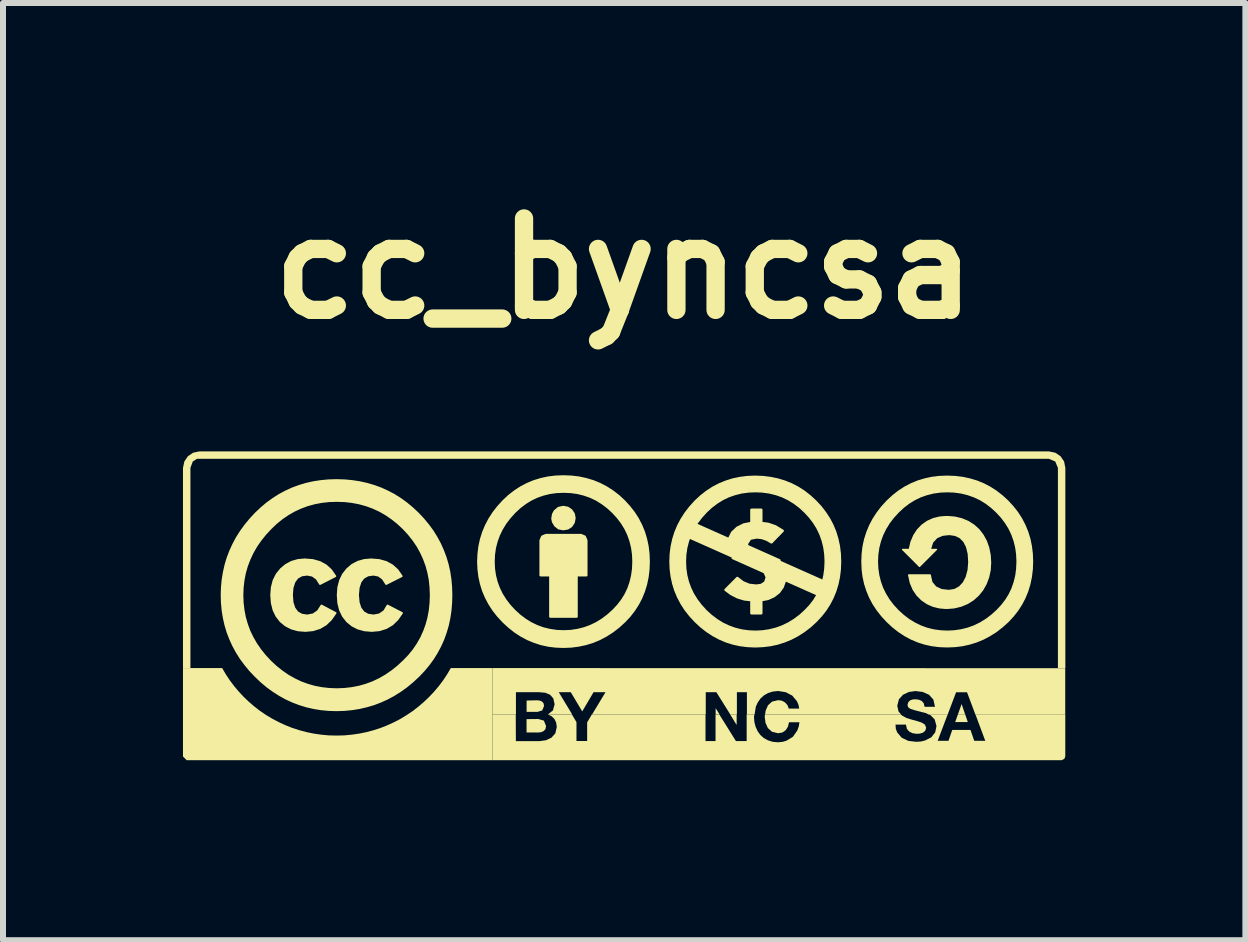
<source format=kicad_pcb>
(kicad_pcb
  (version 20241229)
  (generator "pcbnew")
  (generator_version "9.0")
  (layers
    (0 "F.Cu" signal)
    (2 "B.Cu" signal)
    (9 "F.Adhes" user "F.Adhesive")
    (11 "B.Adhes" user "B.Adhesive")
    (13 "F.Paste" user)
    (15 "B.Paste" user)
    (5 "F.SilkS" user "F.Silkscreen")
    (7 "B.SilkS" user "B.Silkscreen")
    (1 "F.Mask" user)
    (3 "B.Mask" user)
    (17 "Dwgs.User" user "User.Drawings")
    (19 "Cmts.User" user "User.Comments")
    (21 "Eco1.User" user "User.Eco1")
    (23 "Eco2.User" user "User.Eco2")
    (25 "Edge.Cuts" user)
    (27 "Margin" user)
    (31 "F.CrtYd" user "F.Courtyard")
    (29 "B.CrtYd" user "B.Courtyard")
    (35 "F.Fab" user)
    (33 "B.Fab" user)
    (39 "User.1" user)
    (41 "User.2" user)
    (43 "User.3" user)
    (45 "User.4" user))
  (footprint "cc_byncsa"
    (layer "F.Cu")
    (at 7.354 7.048)
    (property "Reference" "cc_byncsa" (at 0 -5.622 0) (layer "F.SilkS") (effects (font (size 1.524 1.524) (thickness 0.305))))
    (attr smd)
    (fp_poly (pts (xy 1.525 1.708) (xy 1.525 1.811) (xy 1.59 1.811) (xy 1.527 1.708) (xy 1.525 1.708)) (stroke (width 0) (type solid)) (fill yes) (layer "F.SilkS"))
    (fp_poly (pts (xy 1.766 1.81) (xy 1.874 1.985) (xy 1.875 1.985) (xy 1.875 1.81) (xy 1.766 1.81)) (stroke (width 0) (type solid)) (fill yes) (layer "F.SilkS"))
    (fp_poly (pts (xy 5.563 1.81) (xy 5.518 1.938) (xy 5.728 1.938) (xy 5.684 1.81) (xy 5.563 1.81)) (stroke (width 0) (type solid)) (fill yes) (layer "F.SilkS"))
    (fp_poly (pts (xy 5.624 1.64) (xy 5.563 1.811) (xy 5.684 1.811) (xy 5.626 1.64) (xy 5.624 1.64)) (stroke (width 0) (type solid)) (fill yes) (layer "F.SilkS"))
    (fp_poly (pts (xy 1.212 -1.37) (xy 1.156 -1.311) (xy 1.107 -1.239) (xy 1.085 -1.119) (xy 3.212 -0.172) (xy 3.289 -0.248) (xy 3.318 -0.336) (xy 3.316 -0.433) (xy 1.212 -1.37)) (stroke (width 0) (type solid)) (fill yes) (layer "F.SilkS"))
    (fp_poly (pts (xy -1.627 1.889) (xy -1.627 2.111) (xy -1.435 2.112) (xy -1.385 2.107) (xy -1.342 2.088) (xy -1.312 2.055) (xy -1.302 2.003) (xy -1.338 1.914) (xy -1.431 1.887) (xy -1.627 1.889)) (stroke (width 0) (type solid)) (fill yes) (layer "F.SilkS"))
    (fp_poly (pts (xy -1.626 1.579) (xy -1.626 1.768) (xy -1.444 1.768) (xy -1.366 1.744) (xy -1.335 1.67) (xy -1.344 1.624) (xy -1.372 1.594) (xy -1.41 1.579) (xy -1.457 1.575) (xy -1.626 1.579)) (stroke (width 0) (type solid)) (fill yes) (layer "F.SilkS"))
    (fp_poly (pts (xy -0.629 -1.089) (xy -0.656 -1.154) (xy -0.721 -1.181) (xy -1.302 -1.181) (xy -1.367 -1.154) (xy -1.394 -1.089) (xy -1.394 -0.508) (xy -1.232 -0.508) (xy -1.232 0.181) (xy -0.792 0.181) (xy -0.792 -0.508) (xy -0.629 -0.508) (xy -0.629 -1.089) (xy -0.629 -1.089)) (stroke (width 0.037) (type solid)) (fill yes) (layer "F.SilkS"))
    (fp_poly (pts (xy -1.214 -1.463) (xy -1.203 -1.531) (xy -1.171 -1.591) (xy -1.103 -1.648) (xy -1.016 -1.667) (xy -0.935 -1.652) (xy -0.868 -1.607) (xy -0.823 -1.54) (xy -0.808 -1.463) (xy -0.823 -1.382) (xy -0.868 -1.314) (xy -0.933 -1.272) (xy -1.016 -1.258) (xy -1.101 -1.275) (xy -1.164 -1.326) (xy -1.204 -1.394) (xy -1.217 -1.462) (xy -1.214 -1.463)) (stroke (width 0) (type solid)) (fill yes) (layer "F.SilkS"))
    (fp_poly (pts (xy 7.354 1.038) (xy 7.354 -2.299) (xy 7.333 -2.406) (xy 7.274 -2.493) (xy 7.186 -2.552) (xy 7.079 -2.574) (xy 7.079 -2.574) (xy -7.079 -2.574) (xy -7.185 -2.552) (xy -7.272 -2.493) (xy -7.331 -2.406) (xy -7.354 -2.299) (xy -7.354 1.038) (xy -7.23 1.038) (xy -7.23 -2.299) (xy -7.191 -2.405) (xy -7.121 -2.45) (xy 7.079 -2.45) (xy 7.186 -2.405) (xy 7.23 -2.299) (xy 7.23 1.038) (xy 7.354 1.038)) (stroke (width 0) (type solid)) (fill yes) (layer "F.SilkS"))
    (fp_poly (pts (xy 2.676 -0.411) (xy 2.64 -0.31) (xy 2.579 -0.226) (xy 2.496 -0.161) (xy 2.397 -0.116) (xy 2.285 -0.095) (xy 2.285 0.124) (xy 2.122 0.124) (xy 2.122 -0.095) (xy 2.004 -0.108) (xy 1.891 -0.142) (xy 1.785 -0.196) (xy 1.69 -0.266) (xy 1.886 -0.463) (xy 1.982 -0.39) (xy 2.085 -0.348) (xy 2.203 -0.335) (xy 2.286 -0.347) (xy 2.352 -0.391) (xy 2.379 -0.476) (xy 2.341 -0.561) (xy 2.205 -0.622) (xy 2.036 -0.697) (xy 1.919 -0.749) (xy 1.811 -0.797) (xy 2.676 -0.411)) (stroke (width 0.042) (type solid)) (fill yes) (layer "F.SilkS"))
    (fp_poly (pts (xy 1.755 -1.128) (xy 1.801 -1.221) (xy 1.885 -1.3) (xy 1.995 -1.355) (xy 2.122 -1.38) (xy 2.122 -1.6) (xy 2.285 -1.6) (xy 2.285 -1.38) (xy 2.4 -1.365) (xy 2.52 -1.324) (xy 2.642 -1.25) (xy 2.455 -1.058) (xy 2.38 -1.102) (xy 2.298 -1.131) (xy 2.212 -1.141) (xy 2.1 -1.12) (xy 2.042 -1.031) (xy 2.055 -0.995) (xy 2.237 -0.914) (xy 2.36 -0.859) (xy 2.475 -0.808) (xy 2.588 -0.757) (xy 2.563 -0.76) (xy 2.495 -0.767) (xy 2.396 -0.781) (xy 2.276 -0.803) (xy 2.147 -0.832) (xy 2.021 -0.87) (xy 1.907 -0.917) (xy 1.818 -0.976) (xy 1.764 -1.046) (xy 1.756 -1.128) (xy 1.755 -1.128)) (stroke (width 0.042) (type solid)) (fill yes) (layer "F.SilkS"))
    (fp_poly (pts (xy -7.354 1.038) (xy -7.354 2.512) (xy -7.292 2.574) (xy -2.197 2.574) (xy -2.197 1.038) (xy -2.89 1.038) (xy -2.951 1.142) (xy -3.018 1.243) (xy -3.09 1.339) (xy -3.168 1.431) (xy -3.25 1.518) (xy -3.337 1.601) (xy -3.428 1.679) (xy -3.523 1.753) (xy -3.623 1.82) (xy -3.726 1.883) (xy -3.833 1.939) (xy -3.944 1.99) (xy -4.057 2.035) (xy -4.174 2.073) (xy -4.293 2.105) (xy -4.415 2.13) (xy -4.54 2.148) (xy -4.666 2.16) (xy -4.795 2.163) (xy -4.924 2.16) (xy -5.05 2.148) (xy -5.175 2.13) (xy -5.297 2.105) (xy -5.416 2.073) (xy -5.533 2.035) (xy -5.647 1.99) (xy -5.757 1.939) (xy -5.864 1.883) (xy -5.968 1.821) (xy -6.068 1.753) (xy -6.163 1.68) (xy -6.254 1.602) (xy -6.341 1.519) (xy -6.423 1.431) (xy -6.501 1.339) (xy -6.573 1.243) (xy -6.64 1.142) (xy -6.701 1.038) (xy -7.354 1.038)) (stroke (width 0) (type solid)) (fill yes) (layer "F.SilkS"))
    (fp_poly (pts (xy -5.069 -0.364) (xy -5.125 -0.451) (xy -5.197 -0.503) (xy -5.284 -0.52) (xy -5.376 -0.507) (xy -5.447 -0.466) (xy -5.497 -0.398) (xy -5.528 -0.302) (xy -5.538 -0.179) (xy -5.528 -0.056) (xy -5.497 0.039) (xy -5.447 0.107) (xy -5.376 0.148) (xy -5.284 0.162) (xy -5.183 0.143) (xy -5.104 0.088) (xy -5.045 -0.004) (xy -4.811 0.12) (xy -4.885 0.227) (xy -4.972 0.311) (xy -5.072 0.37) (xy -5.186 0.406) (xy -5.314 0.418) (xy -5.436 0.408) (xy -5.546 0.378) (xy -5.643 0.328) (xy -5.727 0.259) (xy -5.795 0.172) (xy -5.844 0.07) (xy -5.873 -0.046) (xy -5.883 -0.178) (xy -5.873 -0.308) (xy -5.843 -0.423) (xy -5.792 -0.525) (xy -5.722 -0.612) (xy -5.637 -0.683) (xy -5.542 -0.733) (xy -5.437 -0.763) (xy -5.323 -0.773) (xy -5.189 -0.762) (xy -5.072 -0.729) (xy -4.97 -0.673) (xy -4.885 -0.595) (xy -4.815 -0.494) (xy -5.069 -0.364)) (stroke (width 0.032) (type solid)) (fill yes) (layer "F.SilkS"))
    (fp_poly (pts (xy -3.967 -0.364) (xy -4.023 -0.451) (xy -4.093 -0.503) (xy -4.178 -0.52) (xy -4.271 -0.507) (xy -4.344 -0.466) (xy -4.395 -0.398) (xy -4.426 -0.302) (xy -4.437 -0.179) (xy -4.426 -0.056) (xy -4.395 0.039) (xy -4.344 0.107) (xy -4.271 0.148) (xy -4.178 0.162) (xy -4.078 0.143) (xy -3.999 0.088) (xy -3.944 -0.004) (xy -3.704 0.12) (xy -3.778 0.227) (xy -3.865 0.311) (xy -3.965 0.37) (xy -4.079 0.406) (xy -4.206 0.418) (xy -4.328 0.408) (xy -4.438 0.378) (xy -4.535 0.328) (xy -4.619 0.259) (xy -4.687 0.172) (xy -4.736 0.07) (xy -4.765 -0.046) (xy -4.774 -0.178) (xy -4.765 -0.308) (xy -4.735 -0.423) (xy -4.686 -0.525) (xy -4.617 -0.612) (xy -4.533 -0.683) (xy -4.438 -0.733) (xy -4.332 -0.763) (xy -4.215 -0.773) (xy -4.082 -0.762) (xy -3.965 -0.729) (xy -3.864 -0.673) (xy -3.778 -0.595) (xy -3.709 -0.494) (xy -3.967 -0.364)) (stroke (width 0.032) (type solid)) (fill yes) (layer "F.SilkS"))
    (fp_poly (pts (xy 4.753 -0.938) (xy 4.783 -1.065) (xy 4.83 -1.175) (xy 4.892 -1.269) (xy 4.968 -1.347) (xy 5.056 -1.408) (xy 5.155 -1.452) (xy 5.262 -1.478) (xy 5.377 -1.487) (xy 5.508 -1.477) (xy 5.627 -1.449) (xy 5.735 -1.404) (xy 5.83 -1.343) (xy 5.913 -1.268) (xy 5.981 -1.179) (xy 6.036 -1.078) (xy 6.075 -0.967) (xy 6.099 -0.847) (xy 6.107 -0.719) (xy 6.099 -0.593) (xy 6.073 -0.475) (xy 6.032 -0.366) (xy 5.976 -0.266) (xy 5.905 -0.178) (xy 5.821 -0.102) (xy 5.725 -0.041) (xy 5.617 0.004) (xy 5.498 0.033) (xy 5.37 0.042) (xy 5.258 0.033) (xy 5.15 0.007) (xy 5.051 -0.037) (xy 4.961 -0.098) (xy 4.883 -0.176) (xy 4.819 -0.271) (xy 4.771 -0.384) (xy 4.743 -0.514) (xy 5.101 -0.514) (xy 5.128 -0.392) (xy 5.194 -0.313) (xy 5.29 -0.268) (xy 5.413 -0.255) (xy 5.508 -0.27) (xy 5.589 -0.314) (xy 5.655 -0.385) (xy 5.704 -0.479) (xy 5.735 -0.595) (xy 5.746 -0.729) (xy 5.737 -0.868) (xy 5.709 -0.982) (xy 5.663 -1.072) (xy 5.599 -1.137) (xy 5.518 -1.176) (xy 5.42 -1.19) (xy 5.308 -1.178) (xy 5.212 -1.137) (xy 5.141 -1.06) (xy 5.101 -0.938) (xy 5.205 -0.939) (xy 4.923 -0.657) (xy 4.641 -0.939) (xy 4.753 -0.938)) (stroke (width 0.023) (type solid)) (fill yes) (layer "F.SilkS"))
    (fp_poly (pts (xy -2.197 1.038) (xy -2.197 1.81) (xy -1.804 1.81) (xy -1.804 1.44) (xy -1.422 1.44) (xy -1.421 1.44) (xy -1.315 1.449) (xy -1.234 1.483) (xy -1.181 1.544) (xy -1.159 1.641) (xy -1.187 1.743) (xy -1.27 1.81) (xy -0.867 1.81) (xy -1.09 1.44) (xy -0.89 1.44) (xy -0.699 1.76) (xy -0.51 1.44) (xy -0.311 1.44) (xy -0.534 1.81) (xy 1.36 1.81) (xy 1.36 1.44) (xy 1.537 1.44) (xy 1.768 1.81) (xy 1.879 1.81) (xy 1.879 1.44) (xy 2.046 1.44) (xy 2.046 1.81) (xy 2.174 1.81) (xy 2.195 1.681) (xy 2.228 1.608) (xy 2.273 1.545) (xy 2.33 1.493) (xy 2.399 1.454) (xy 2.479 1.429) (xy 2.568 1.42) (xy 2.695 1.441) (xy 2.802 1.497) (xy 2.879 1.589) (xy 2.905 1.648) (xy 2.918 1.714) (xy 2.744 1.714) (xy 2.723 1.658) (xy 2.723 1.657) (xy 2.683 1.612) (xy 2.63 1.582) (xy 2.567 1.573) (xy 2.465 1.597) (xy 2.397 1.659) (xy 2.358 1.748) (xy 2.349 1.812) (xy 4.616 1.812) (xy 4.573 1.761) (xy 4.552 1.666) (xy 4.58 1.558) (xy 4.649 1.482) (xy 4.747 1.436) (xy 4.855 1.421) (xy 4.977 1.436) (xy 5.081 1.482) (xy 5.154 1.563) (xy 5.181 1.683) (xy 5.008 1.683) (xy 4.993 1.622) (xy 4.958 1.585) (xy 4.909 1.564) (xy 4.848 1.558) (xy 4.805 1.562) (xy 4.766 1.577) (xy 4.736 1.607) (xy 4.723 1.65) (xy 4.732 1.689) (xy 4.768 1.716) (xy 4.841 1.74) (xy 4.964 1.772) (xy 5.026 1.787) (xy 5.074 1.811) (xy 5.393 1.811) (xy 5.533 1.441) (xy 5.715 1.441) (xy 5.854 1.811) (xy 7.289 1.811) (xy 7.352 1.81) (xy 7.352 1.04) (xy -2.197 1.038)) (stroke (width 0) (type solid)) (fill yes) (layer "F.SilkS"))
    (fp_poly (pts (xy -2.197 1.81) (xy -2.197 2.574) (xy 7.292 2.574) (xy 7.338 2.55) (xy 7.353 2.51) (xy 7.353 1.809) (xy 5.855 1.809) (xy 6.019 2.25) (xy 5.835 2.25) (xy 5.773 2.069) (xy 5.469 2.069) (xy 5.406 2.25) (xy 5.226 2.25) (xy 5.393 1.809) (xy 5.075 1.809) (xy 5.107 1.824) (xy 5.176 1.894) (xy 5.206 2.005) (xy 5.185 2.109) (xy 5.12 2.192) (xy 5.015 2.245) (xy 4.947 2.262) (xy 4.869 2.267) (xy 4.738 2.252) (xy 4.627 2.2) (xy 4.551 2.11) (xy 4.528 2.05) (xy 4.523 1.98) (xy 4.697 1.98) (xy 4.712 2.049) (xy 4.713 2.051) (xy 4.752 2.097) (xy 4.809 2.124) (xy 4.878 2.134) (xy 4.929 2.13) (xy 4.98 2.115) (xy 5.019 2.083) (xy 5.034 2.033) (xy 5.013 1.98) (xy 4.958 1.946) (xy 4.881 1.921) (xy 4.793 1.897) (xy 4.705 1.87) (xy 4.628 1.827) (xy 4.614 1.812) (xy 2.347 1.812) (xy 2.343 1.852) (xy 2.356 1.951) (xy 2.395 2.037) (xy 2.463 2.099) (xy 2.565 2.124) (xy 2.638 2.112) (xy 2.693 2.073) (xy 2.73 2.015) (xy 2.748 1.941) (xy 2.922 1.941) (xy 2.91 2.013) (xy 2.886 2.079) (xy 2.812 2.184) (xy 2.703 2.25) (xy 2.637 2.268) (xy 2.565 2.275) (xy 2.476 2.267) (xy 2.396 2.242) (xy 2.327 2.204) (xy 2.27 2.153) (xy 2.225 2.091) (xy 2.192 2.019) (xy 2.171 1.94) (xy 2.164 1.854) (xy 2.17 1.81) (xy 2.042 1.81) (xy 2.042 2.255) (xy 1.863 2.255) (xy 1.588 1.814) (xy 1.523 1.814) (xy 1.523 2.255) (xy 1.356 2.255) (xy 1.356 1.81) (xy -0.538 1.81) (xy -0.617 1.943) (xy -0.617 2.254) (xy -0.795 2.254) (xy -0.795 1.939) (xy -0.871 1.811) (xy -1.273 1.811) (xy -1.207 1.842) (xy -1.161 1.889) (xy -1.133 1.948) (xy -1.123 2.019) (xy -1.147 2.126) (xy -1.212 2.198) (xy -1.304 2.241) (xy -1.411 2.256) (xy -1.805 2.256) (xy -1.807 1.81) (xy -2.197 1.81)) (stroke (width 0) (type solid)) (fill yes) (layer "F.SilkS"))
    (fp_poly (pts (xy -1.013 -2.158) (xy -1.009 -1.902) (xy -0.891 -1.897) (xy -0.776 -1.881) (xy -0.667 -1.854) (xy -0.562 -1.817) (xy -0.461 -1.769) (xy -0.366 -1.71) (xy -0.274 -1.641) (xy -0.187 -1.561) (xy -0.107 -1.474) (xy -0.038 -1.383) (xy 0.021 -1.287) (xy 0.069 -1.186) (xy 0.106 -1.081) (xy 0.133 -0.971) (xy 0.149 -0.856) (xy 0.154 -0.737) (xy 0.149 -0.617) (xy 0.133 -0.502) (xy 0.107 -0.393) (xy 0.071 -0.288) (xy 0.024 -0.189) (xy -0.034 -0.095) (xy -0.102 -0.007) (xy -0.18 0.077) (xy -0.27 0.158) (xy -0.364 0.229) (xy -0.462 0.289) (xy -0.564 0.338) (xy -0.669 0.376) (xy -0.779 0.403) (xy -0.892 0.42) (xy -1.009 0.425) (xy -1.126 0.42) (xy -1.239 0.403) (xy -1.348 0.377) (xy -1.453 0.339) (xy -1.554 0.29) (xy -1.65 0.231) (xy -1.743 0.161) (xy -1.831 0.08) (xy -1.912 -0.008) (xy -1.982 -0.1) (xy -2.042 -0.196) (xy -2.09 -0.296) (xy -2.128 -0.4) (xy -2.155 -0.509) (xy -2.171 -0.621) (xy -2.176 -0.737) (xy -2.171 -0.853) (xy -2.155 -0.966) (xy -2.127 -1.074) (xy -2.089 -1.179) (xy -2.04 -1.28) (xy -1.98 -1.378) (xy -1.909 -1.471) (xy -1.828 -1.561) (xy -1.742 -1.641) (xy -1.651 -1.71) (xy -1.556 -1.769) (xy -1.456 -1.817) (xy -1.351 -1.854) (xy -1.242 -1.881) (xy -1.128 -1.897) (xy -1.009 -1.902) (xy -1.013 -2.158) (xy -1.142 -2.153) (xy -1.266 -2.138) (xy -1.387 -2.112) (xy -1.502 -2.077) (xy -1.613 -2.031) (xy -1.72 -1.975) (xy -1.822 -1.909) (xy -1.92 -1.833) (xy -2.013 -1.746) (xy -2.101 -1.649) (xy -2.179 -1.549) (xy -2.246 -1.445) (xy -2.303 -1.336) (xy -2.35 -1.224) (xy -2.386 -1.108) (xy -2.412 -0.988) (xy -2.427 -0.865) (xy -2.433 -0.737) (xy -2.427 -0.61) (xy -2.412 -0.486) (xy -2.386 -0.367) (xy -2.35 -0.251) (xy -2.303 -0.14) (xy -2.246 -0.033) (xy -2.179 0.071) (xy -2.101 0.17) (xy -2.013 0.265) (xy -1.917 0.353) (xy -1.818 0.431) (xy -1.715 0.498) (xy -1.608 0.555) (xy -1.497 0.601) (xy -1.382 0.638) (xy -1.263 0.664) (xy -1.14 0.679) (xy -1.013 0.684) (xy -0.884 0.679) (xy -0.76 0.663) (xy -0.639 0.637) (xy -0.522 0.601) (xy -0.409 0.554) (xy -0.3 0.496) (xy -0.194 0.428) (xy -0.093 0.35) (xy 0.005 0.261) (xy 0.09 0.17) (xy 0.165 0.073) (xy 0.23 -0.028) (xy 0.285 -0.134) (xy 0.33 -0.245) (xy 0.365 -0.361) (xy 0.39 -0.481) (xy 0.405 -0.607) (xy 0.41 -0.737) (xy 0.405 -0.867) (xy 0.39 -0.993) (xy 0.364 -1.114) (xy 0.329 -1.231) (xy 0.283 -1.343) (xy 0.227 -1.451) (xy 0.161 -1.554) (xy 0.084 -1.652) (xy -0.002 -1.746) (xy -0.096 -1.833) (xy -0.195 -1.909) (xy -0.298 -1.975) (xy -0.406 -2.031) (xy -0.518 -2.077) (xy -0.635 -2.112) (xy -0.756 -2.138) (xy -0.882 -2.153) (xy -1.013 -2.158)) (stroke (width 0.037) (type solid)) (fill yes) (layer "F.SilkS"))
    (fp_poly (pts (xy 2.184 -2.159) (xy 2.188 -1.903) (xy 2.306 -1.898) (xy 2.42 -1.882) (xy 2.53 -1.855) (xy 2.635 -1.818) (xy 2.735 -1.77) (xy 2.831 -1.711) (xy 2.923 -1.642) (xy 3.01 -1.562) (xy 3.09 -1.475) (xy 3.159 -1.384) (xy 3.218 -1.288) (xy 3.266 -1.187) (xy 3.303 -1.082) (xy 3.33 -0.972) (xy 3.346 -0.857) (xy 3.351 -0.738) (xy 3.346 -0.618) (xy 3.33 -0.503) (xy 3.304 -0.393) (xy 3.267 -0.289) (xy 3.22 -0.19) (xy 3.163 -0.096) (xy 3.095 -0.007) (xy 3.017 0.076) (xy 2.927 0.158) (xy 2.833 0.228) (xy 2.735 0.288) (xy 2.633 0.337) (xy 2.528 0.375) (xy 2.418 0.402) (xy 2.305 0.419) (xy 2.188 0.424) (xy 2.07 0.419) (xy 1.957 0.403) (xy 1.849 0.376) (xy 1.744 0.338) (xy 1.643 0.29) (xy 1.547 0.23) (xy 1.454 0.16) (xy 1.366 0.08) (xy 1.285 -0.009) (xy 1.215 -0.101) (xy 1.155 -0.197) (xy 1.107 -0.297) (xy 1.069 -0.401) (xy 1.042 -0.509) (xy 1.026 -0.621) (xy 1.021 -0.738) (xy 1.026 -0.854) (xy 1.042 -0.966) (xy 1.07 -1.075) (xy 1.108 -1.18) (xy 1.157 -1.281) (xy 1.217 -1.378) (xy 1.288 -1.472) (xy 1.369 -1.562) (xy 1.455 -1.642) (xy 1.546 -1.711) (xy 1.641 -1.77) (xy 1.741 -1.818) (xy 1.846 -1.855) (xy 1.955 -1.882) (xy 2.069 -1.898) (xy 2.188 -1.903) (xy 2.184 -2.159) (xy 2.055 -2.154) (xy 1.93 -2.138) (xy 1.81 -2.113) (xy 1.695 -2.077) (xy 1.584 -2.032) (xy 1.477 -1.976) (xy 1.375 -1.91) (xy 1.277 -1.833) (xy 1.184 -1.747) (xy 1.096 -1.65) (xy 1.018 -1.549) (xy 0.951 -1.445) (xy 0.894 -1.337) (xy 0.847 -1.225) (xy 0.811 -1.109) (xy 0.785 -0.989) (xy 0.769 -0.865) (xy 0.764 -0.738) (xy 0.769 -0.61) (xy 0.785 -0.487) (xy 0.811 -0.367) (xy 0.847 -0.252) (xy 0.894 -0.141) (xy 0.951 -0.033) (xy 1.018 0.07) (xy 1.096 0.169) (xy 1.184 0.264) (xy 1.279 0.352) (xy 1.379 0.43) (xy 1.482 0.497) (xy 1.589 0.554) (xy 1.7 0.601) (xy 1.815 0.637) (xy 1.934 0.663) (xy 2.057 0.678) (xy 2.184 0.684) (xy 2.312 0.678) (xy 2.437 0.663) (xy 2.558 0.637) (xy 2.675 0.6) (xy 2.788 0.553) (xy 2.897 0.496) (xy 3.002 0.428) (xy 3.104 0.35) (xy 3.201 0.261) (xy 3.287 0.169) (xy 3.362 0.073) (xy 3.427 -0.029) (xy 3.482 -0.135) (xy 3.527 -0.246) (xy 3.562 -0.361) (xy 3.587 -0.482) (xy 3.602 -0.607) (xy 3.607 -0.738) (xy 3.602 -0.868) (xy 3.587 -0.994) (xy 3.561 -1.115) (xy 3.526 -1.232) (xy 3.48 -1.344) (xy 3.424 -1.451) (xy 3.357 -1.554) (xy 3.281 -1.653) (xy 3.194 -1.747) (xy 3.1 -1.833) (xy 3.002 -1.91) (xy 2.899 -1.976) (xy 2.791 -2.032) (xy 2.679 -2.077) (xy 2.562 -2.113) (xy 2.44 -2.138) (xy 2.314 -2.154) (xy 2.184 -2.159)) (stroke (width 0.023) (type solid)) (fill yes) (layer "F.SilkS"))
    (fp_poly (pts (xy 5.383 -2.159) (xy 5.387 -1.903) (xy 5.506 -1.898) (xy 5.62 -1.882) (xy 5.729 -1.855) (xy 5.834 -1.818) (xy 5.935 -1.77) (xy 6.031 -1.711) (xy 6.122 -1.642) (xy 6.209 -1.562) (xy 6.289 -1.475) (xy 6.358 -1.384) (xy 6.417 -1.288) (xy 6.465 -1.187) (xy 6.502 -1.082) (xy 6.529 -0.972) (xy 6.545 -0.857) (xy 6.55 -0.738) (xy 6.545 -0.618) (xy 6.53 -0.503) (xy 6.503 -0.394) (xy 6.467 -0.289) (xy 6.42 -0.19) (xy 6.362 -0.096) (xy 6.294 -0.008) (xy 6.216 0.076) (xy 6.126 0.157) (xy 6.032 0.228) (xy 5.934 0.288) (xy 5.833 0.337) (xy 5.727 0.375) (xy 5.618 0.402) (xy 5.504 0.419) (xy 5.387 0.424) (xy 5.27 0.419) (xy 5.157 0.403) (xy 5.048 0.376) (xy 4.943 0.338) (xy 4.843 0.289) (xy 4.746 0.23) (xy 4.654 0.16) (xy 4.565 0.079) (xy 4.484 -0.009) (xy 4.414 -0.101) (xy 4.355 -0.197) (xy 4.306 -0.297) (xy 4.269 -0.401) (xy 4.242 -0.51) (xy 4.226 -0.622) (xy 4.22 -0.738) (xy 4.226 -0.854) (xy 4.242 -0.967) (xy 4.269 -1.075) (xy 4.307 -1.18) (xy 4.356 -1.281) (xy 4.416 -1.379) (xy 4.487 -1.472) (xy 4.569 -1.562) (xy 4.655 -1.642) (xy 4.745 -1.711) (xy 4.841 -1.77) (xy 4.94 -1.818) (xy 5.045 -1.855) (xy 5.154 -1.882) (xy 5.268 -1.898) (xy 5.387 -1.903) (xy 5.383 -2.159) (xy 5.254 -2.154) (xy 5.13 -2.139) (xy 5.01 -2.113) (xy 4.894 -2.078) (xy 4.783 -2.032) (xy 4.676 -1.976) (xy 4.574 -1.91) (xy 4.477 -1.833) (xy 4.384 -1.747) (xy 4.295 -1.65) (xy 4.218 -1.55) (xy 4.15 -1.445) (xy 4.093 -1.337) (xy 4.047 -1.225) (xy 4.01 -1.109) (xy 3.984 -0.989) (xy 3.969 -0.865) (xy 3.964 -0.738) (xy 3.969 -0.61) (xy 3.984 -0.487) (xy 4.01 -0.367) (xy 4.047 -0.252) (xy 4.093 -0.141) (xy 4.15 -0.033) (xy 4.218 0.07) (xy 4.296 0.169) (xy 4.384 0.264) (xy 4.479 0.352) (xy 4.578 0.43) (xy 4.681 0.497) (xy 4.788 0.554) (xy 4.899 0.601) (xy 5.014 0.637) (xy 5.133 0.663) (xy 5.256 0.678) (xy 5.383 0.683) (xy 5.512 0.678) (xy 5.636 0.663) (xy 5.757 0.636) (xy 5.874 0.6) (xy 5.987 0.553) (xy 6.096 0.495) (xy 6.202 0.428) (xy 6.303 0.349) (xy 6.401 0.261) (xy 6.486 0.169) (xy 6.561 0.073) (xy 6.626 -0.029) (xy 6.681 -0.135) (xy 6.726 -0.246) (xy 6.761 -0.362) (xy 6.786 -0.482) (xy 6.801 -0.608) (xy 6.806 -0.738) (xy 6.801 -0.868) (xy 6.786 -0.994) (xy 6.761 -1.115) (xy 6.725 -1.232) (xy 6.679 -1.344) (xy 6.623 -1.452) (xy 6.557 -1.555) (xy 6.48 -1.653) (xy 6.394 -1.747) (xy 6.3 -1.833) (xy 6.201 -1.91) (xy 6.098 -1.976) (xy 5.99 -2.032) (xy 5.878 -2.078) (xy 5.761 -2.113) (xy 5.64 -2.139) (xy 5.514 -2.154) (xy 5.383 -2.159)) (stroke (width 0.023) (type solid)) (fill yes) (layer "F.SilkS"))
    (fp_poly (pts (xy -3.436 -1.539) (xy -3.241 -0.432) (xy -3.264 -0.553) (xy -3.296 -0.67) (xy -3.338 -0.784) (xy -3.388 -0.893) (xy -3.447 -0.999) (xy -3.516 -1.1) (xy -3.594 -1.198) (xy -3.681 -1.292) (xy -3.775 -1.379) (xy -3.872 -1.456) (xy -3.973 -1.525) (xy -4.078 -1.585) (xy -4.188 -1.635) (xy -4.3 -1.676) (xy -4.417 -1.708) (xy -4.538 -1.731) (xy -4.663 -1.745) (xy -4.791 -1.749) (xy -4.919 -1.745) (xy -5.044 -1.731) (xy -5.164 -1.708) (xy -5.28 -1.676) (xy -5.393 -1.634) (xy -5.501 -1.584) (xy -5.605 -1.524) (xy -5.706 -1.455) (xy -5.802 -1.377) (xy -5.894 -1.289) (xy -5.983 -1.193) (xy -6.063 -1.093) (xy -6.134 -0.99) (xy -6.195 -0.883) (xy -6.246 -0.774) (xy -6.289 -0.661) (xy -6.322 -0.545) (xy -6.345 -0.425) (xy -6.359 -0.303) (xy -6.364 -0.177) (xy -6.359 -0.051) (xy -6.345 0.071) (xy -6.322 0.19) (xy -6.289 0.306) (xy -6.248 0.418) (xy -6.196 0.526) (xy -6.136 0.631) (xy -6.066 0.733) (xy -5.987 0.831) (xy -5.899 0.926) (xy -5.804 1.014) (xy -5.705 1.093) (xy -5.604 1.163) (xy -5.498 1.223) (xy -5.389 1.275) (xy -5.277 1.316) (xy -5.161 1.349) (xy -5.041 1.372) (xy -4.918 1.386) (xy -4.791 1.391) (xy -4.664 1.386) (xy -4.541 1.372) (xy -4.421 1.349) (xy -4.304 1.316) (xy -4.19 1.274) (xy -4.08 1.222) (xy -3.974 1.161) (xy -3.87 1.09) (xy -3.77 1.01) (xy -3.674 0.921) (xy -3.588 0.832) (xy -3.511 0.738) (xy -3.444 0.639) (xy -3.385 0.536) (xy -3.336 0.428) (xy -3.295 0.316) (xy -3.264 0.2) (xy -3.241 0.079) (xy -3.228 -0.047) (xy -3.223 -0.177) (xy -3.228 -0.306) (xy -3.241 -0.432) (xy -3.436 -1.539) (xy -3.347 -1.444) (xy -3.266 -1.346) (xy -3.192 -1.245) (xy -3.127 -1.14) (xy -3.069 -1.032) (xy -3.019 -0.92) (xy -2.976 -0.805) (xy -2.941 -0.687) (xy -2.914 -0.565) (xy -2.895 -0.439) (xy -2.884 -0.31) (xy -2.88 -0.178) (xy -2.884 -0.045) (xy -2.895 0.084) (xy -2.914 0.209) (xy -2.94 0.33) (xy -2.975 0.448) (xy -3.016 0.562) (xy -3.066 0.672) (xy -3.123 0.779) (xy -3.187 0.882) (xy -3.259 0.981) (xy -3.339 1.077) (xy -3.426 1.169) (xy -3.524 1.26) (xy -3.625 1.344) (xy -3.729 1.419) (xy -3.836 1.486) (xy -3.946 1.546) (xy -4.059 1.597) (xy -4.174 1.641) (xy -4.293 1.676) (xy -4.414 1.704) (xy -4.539 1.724) (xy -4.666 1.736) (xy -4.797 1.74) (xy -4.925 1.736) (xy -5.051 1.724) (xy -5.174 1.704) (xy -5.294 1.677) (xy -5.41 1.641) (xy -5.524 1.598) (xy -5.635 1.547) (xy -5.742 1.488) (xy -5.847 1.421) (xy -5.949 1.347) (xy -6.048 1.264) (xy -6.143 1.174) (xy -6.234 1.078) (xy -6.316 0.979) (xy -6.391 0.878) (xy -6.457 0.773) (xy -6.516 0.665) (xy -6.567 0.553) (xy -6.611 0.439) (xy -6.646 0.322) (xy -6.673 0.202) (xy -6.693 0.078) (xy -6.705 -0.048) (xy -6.709 -0.178) (xy -6.705 -0.307) (xy -6.693 -0.434) (xy -6.673 -0.557) (xy -6.646 -0.678) (xy -6.611 -0.796) (xy -6.567 -0.911) (xy -6.516 -1.023) (xy -6.458 -1.132) (xy -6.391 -1.238) (xy -6.316 -1.341) (xy -6.234 -1.441) (xy -6.143 -1.539) (xy -6.05 -1.627) (xy -5.953 -1.709) (xy -5.852 -1.782) (xy -5.749 -1.848) (xy -5.642 -1.905) (xy -5.531 -1.956) (xy -5.417 -1.998) (xy -5.3 -2.033) (xy -5.179 -2.06) (xy -5.055 -2.079) (xy -4.928 -2.091) (xy -4.797 -2.095) (xy -4.664 -2.091) (xy -4.535 -2.079) (xy -4.41 -2.06) (xy -4.288 -2.033) (xy -4.169 -1.998) (xy -4.054 -1.956) (xy -3.942 -1.905) (xy -3.834 -1.848) (xy -3.729 -1.782) (xy -3.628 -1.709) (xy -3.53 -1.627) (xy -3.436 -1.539)) (stroke (width 0.032) (type solid)) (fill yes) (layer "F.SilkS")))
  (gr_rect
    (start -3 -3)
    (end 17.709 12.622)
    (stroke (width 0.1) (type default))
    (fill no)
    (layer "Edge.Cuts")))
</source>
